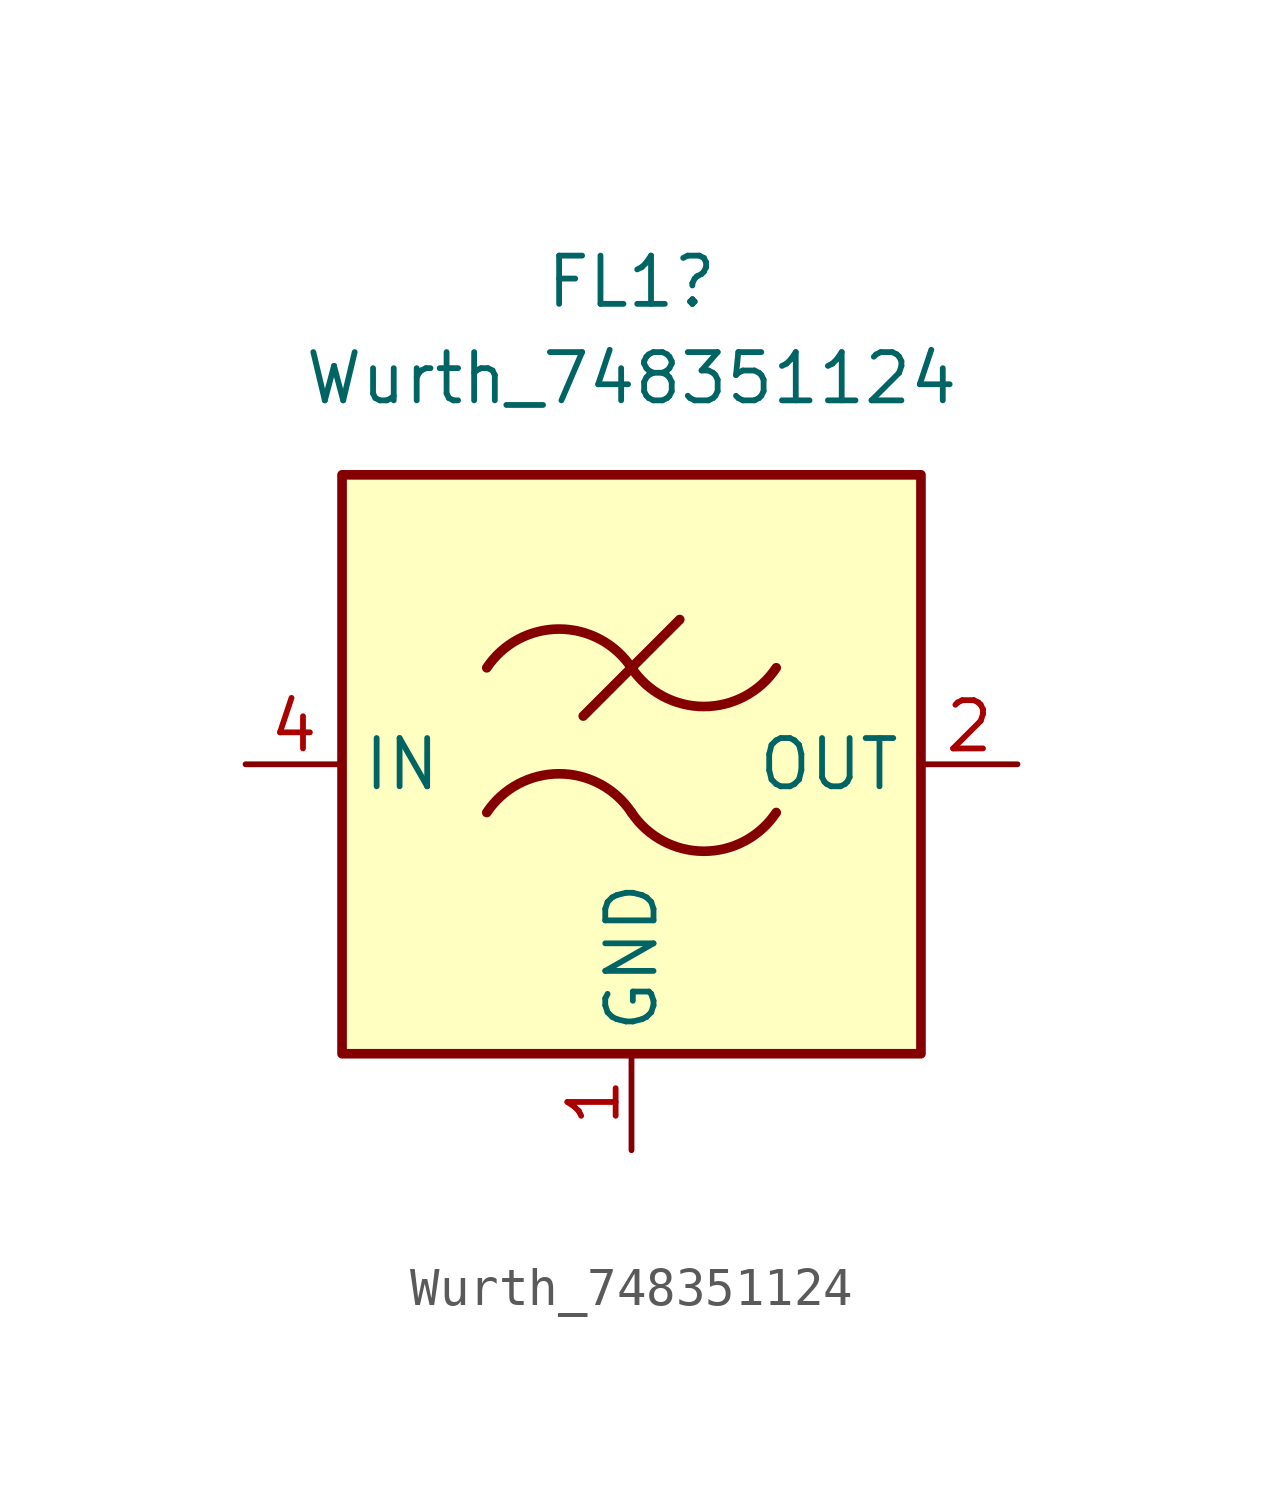
<source format=kicad_sym>
(kicad_symbol_lib
  (version 20211014)
  (generator kicad_symbol_editor)
  (symbol "Wurth_748351124"
    (property "Reference" "FL1"
      (at 0 12.7 0)
      (effects (font (size 1.27 1.27))))
    (property "Value" "Wurth_748351124"
      (at 0 10.16 0)
      (effects (font (size 1.27 1.27))))
    (symbol "Wurth_748351124_0_1"
      (rectangle (start -7.62 7.62) (end 7.62 -7.62) (stroke (width 0.254) (type default) (color 0 0 0 0)) (fill (type background)))
      (arc (start 0 -1.27) (mid -1.905 -0.2505) (end -3.81 -1.27) (stroke (width 0.254) (type default) (color 0 0 0 0)) (fill (type none)))
      (arc (start 0 -1.27) (mid 1.905 -2.2895) (end 3.81 -1.27) (stroke (width 0.254) (type default) (color 0 0 0 0)) (fill (type none)))
      (polyline (pts (xy -1.27 1.27) (xy 1.27 3.81)) (stroke (width 0.254) (type default) (color 0 0 0 0)) (fill (type none)))
      (arc (start 0 2.54) (mid -1.905 3.5595) (end -3.81 2.54) (stroke (width 0.254) (type default) (color 0 0 0 0)) (fill (type none)))
      (arc (start 0 2.54) (mid 1.905 1.5205) (end 3.81 2.54) (stroke (width 0.254) (type default) (color 0 0 0 0)) (fill (type none))))
    (symbol "Wurth_748351124_1_1"
      (pin passive line (at 0 -10.16 90) (length 2.54) (name "GND" (effects (font (size 1.27 1.27)))) (number "1" (effects (font (size 1.27 1.27)))))
      (pin passive line (at 10.16 0 180) (length 2.54) (name "OUT" (effects (font (size 1.27 1.27)))) (number "2" (effects (font (size 1.27 1.27)))))
      (pin passive line (at 0 -10.16 90) (length 2.54) hide (name "GND" (effects (font (size 1.27 1.27)))) (number "3" (effects (font (size 1.27 1.27)))))
      (pin passive line (at -10.16 0 0) (length 2.54) (name "IN" (effects (font (size 1.27 1.27)))) (number "4" (effects (font (size 1.27 1.27))))))))
</source>
